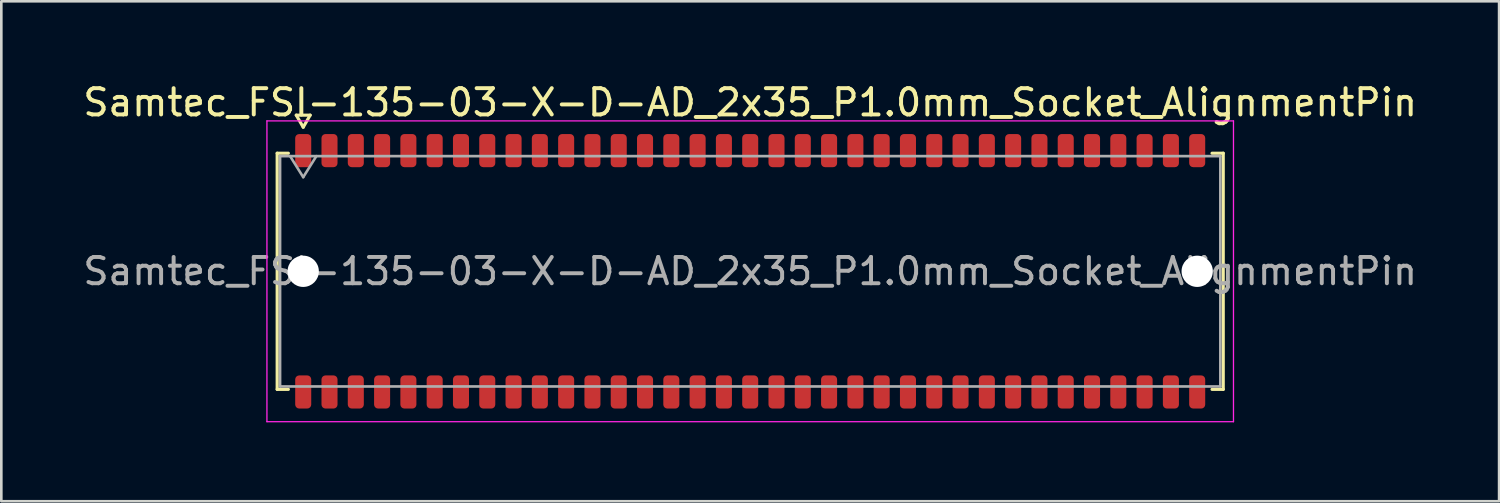
<source format=kicad_pcb>
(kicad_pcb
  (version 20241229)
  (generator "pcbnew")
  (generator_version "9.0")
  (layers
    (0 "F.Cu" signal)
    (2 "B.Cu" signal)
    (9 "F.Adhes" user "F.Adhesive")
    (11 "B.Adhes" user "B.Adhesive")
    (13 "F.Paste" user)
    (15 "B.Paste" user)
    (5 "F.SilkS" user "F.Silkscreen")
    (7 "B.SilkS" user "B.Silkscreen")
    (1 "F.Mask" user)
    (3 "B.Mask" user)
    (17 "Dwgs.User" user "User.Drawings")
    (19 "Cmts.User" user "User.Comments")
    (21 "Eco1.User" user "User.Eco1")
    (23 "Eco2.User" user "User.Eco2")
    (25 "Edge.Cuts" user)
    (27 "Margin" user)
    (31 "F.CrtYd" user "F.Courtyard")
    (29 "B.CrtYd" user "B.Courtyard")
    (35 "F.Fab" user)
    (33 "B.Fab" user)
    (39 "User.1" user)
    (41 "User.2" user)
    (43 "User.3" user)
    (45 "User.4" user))
  (footprint "Samtec_FSI-135-03-X-D-AD_2x35_P1.0mm_Socket_AlignmentPin"
    (layer "F.Cu")
    (at 25.482 7.268)
    (property "Reference" "Samtec_FSI-135-03-X-D-AD_2x35_P1.0mm_Socket_AlignmentPin" (at 0 -6.42 0) (layer "F.SilkS") (effects (font (size 1 1) (thickness 0.15))))
    (attr smd)
    (fp_line (start -17.99 -4.49) (end -17.565 -4.49) (stroke (width 0.12) (type solid)) (layer "F.SilkS"))
    (fp_line (start -17.99 4.49) (end -17.99 -4.49) (stroke (width 0.12) (type solid)) (layer "F.SilkS"))
    (fp_line (start -17.565 4.49) (end -17.99 4.49) (stroke (width 0.12) (type solid)) (layer "F.SilkS"))
    (fp_line (start -17.264 -5.938) (end -17 -5.48) (stroke (width 0.12) (type solid)) (layer "F.SilkS"))
    (fp_line (start -17 -5.48) (end -16.736 -5.938) (stroke (width 0.12) (type solid)) (layer "F.SilkS"))
    (fp_line (start -16.736 -5.938) (end -17.264 -5.938) (stroke (width 0.12) (type solid)) (layer "F.SilkS"))
    (fp_line (start 17.565 -4.49) (end 17.99 -4.49) (stroke (width 0.12) (type solid)) (layer "F.SilkS"))
    (fp_line (start 17.99 -4.49) (end 17.99 4.49) (stroke (width 0.12) (type solid)) (layer "F.SilkS"))
    (fp_line (start 17.99 4.49) (end 17.565 4.49) (stroke (width 0.12) (type solid)) (layer "F.SilkS"))
    (fp_line (start -18.38 -5.72) (end -18.38 5.72) (stroke (width 0.05) (type solid)) (layer "F.CrtYd"))
    (fp_line (start -18.38 5.72) (end 18.38 5.72) (stroke (width 0.05) (type solid)) (layer "F.CrtYd"))
    (fp_line (start 18.38 -5.72) (end -18.38 -5.72) (stroke (width 0.05) (type solid)) (layer "F.CrtYd"))
    (fp_line (start 18.38 5.72) (end 18.38 -5.72) (stroke (width 0.05) (type solid)) (layer "F.CrtYd"))
    (fp_line (start -17.88 -4.38) (end 17.88 -4.38) (stroke (width 0.1) (type solid)) (layer "F.Fab"))
    (fp_line (start -17.88 4.38) (end -17.88 -4.38) (stroke (width 0.1) (type solid)) (layer "F.Fab"))
    (fp_line (start -17.5 -4.38) (end -17 -3.58) (stroke (width 0.1) (type solid)) (layer "F.Fab"))
    (fp_line (start -17 -3.58) (end -16.5 -4.38) (stroke (width 0.1) (type solid)) (layer "F.Fab"))
    (fp_line (start 17.88 -4.38) (end 17.88 4.38) (stroke (width 0.1) (type solid)) (layer "F.Fab"))
    (fp_line (start 17.88 4.38) (end -17.88 4.38) (stroke (width 0.1) (type solid)) (layer "F.Fab"))
    (fp_text user "${REFERENCE}" (at 0 0 0) (layer "F.Fab") (effects (font (size 1 1) (thickness 0.15))))
    (pad "" np_thru_hole circle (at -17 0) (size 1.19 1.19) (drill 1.19) (layers "*.Cu" "*.Mask"))
    (pad "" np_thru_hole circle (at 17 0) (size 1.19 1.19) (drill 1.19) (layers "*.Cu" "*.Mask"))
    (pad "1" smd roundrect (at -17 -4.59) (size 0.61 1.26) (layers "F.Cu" "F.Mask" "F.Paste") (roundrect_rratio 0.25))
    (pad "2" smd roundrect (at -17 4.59) (size 0.61 1.26) (layers "F.Cu" "F.Mask" "F.Paste") (roundrect_rratio 0.25))
    (pad "3" smd roundrect (at -16 -4.59) (size 0.61 1.26) (layers "F.Cu" "F.Mask" "F.Paste") (roundrect_rratio 0.25))
    (pad "4" smd roundrect (at -16 4.59) (size 0.61 1.26) (layers "F.Cu" "F.Mask" "F.Paste") (roundrect_rratio 0.25))
    (pad "5" smd roundrect (at -15 -4.59) (size 0.61 1.26) (layers "F.Cu" "F.Mask" "F.Paste") (roundrect_rratio 0.25))
    (pad "6" smd roundrect (at -15 4.59) (size 0.61 1.26) (layers "F.Cu" "F.Mask" "F.Paste") (roundrect_rratio 0.25))
    (pad "7" smd roundrect (at -14 -4.59) (size 0.61 1.26) (layers "F.Cu" "F.Mask" "F.Paste") (roundrect_rratio 0.25))
    (pad "8" smd roundrect (at -14 4.59) (size 0.61 1.26) (layers "F.Cu" "F.Mask" "F.Paste") (roundrect_rratio 0.25))
    (pad "9" smd roundrect (at -13 -4.59) (size 0.61 1.26) (layers "F.Cu" "F.Mask" "F.Paste") (roundrect_rratio 0.25))
    (pad "10" smd roundrect (at -13 4.59) (size 0.61 1.26) (layers "F.Cu" "F.Mask" "F.Paste") (roundrect_rratio 0.25))
    (pad "11" smd roundrect (at -12 -4.59) (size 0.61 1.26) (layers "F.Cu" "F.Mask" "F.Paste") (roundrect_rratio 0.25))
    (pad "12" smd roundrect (at -12 4.59) (size 0.61 1.26) (layers "F.Cu" "F.Mask" "F.Paste") (roundrect_rratio 0.25))
    (pad "13" smd roundrect (at -11 -4.59) (size 0.61 1.26) (layers "F.Cu" "F.Mask" "F.Paste") (roundrect_rratio 0.25))
    (pad "14" smd roundrect (at -11 4.59) (size 0.61 1.26) (layers "F.Cu" "F.Mask" "F.Paste") (roundrect_rratio 0.25))
    (pad "15" smd roundrect (at -10 -4.59) (size 0.61 1.26) (layers "F.Cu" "F.Mask" "F.Paste") (roundrect_rratio 0.25))
    (pad "16" smd roundrect (at -10 4.59) (size 0.61 1.26) (layers "F.Cu" "F.Mask" "F.Paste") (roundrect_rratio 0.25))
    (pad "17" smd roundrect (at -9 -4.59) (size 0.61 1.26) (layers "F.Cu" "F.Mask" "F.Paste") (roundrect_rratio 0.25))
    (pad "18" smd roundrect (at -9 4.59) (size 0.61 1.26) (layers "F.Cu" "F.Mask" "F.Paste") (roundrect_rratio 0.25))
    (pad "19" smd roundrect (at -8 -4.59) (size 0.61 1.26) (layers "F.Cu" "F.Mask" "F.Paste") (roundrect_rratio 0.25))
    (pad "20" smd roundrect (at -8 4.59) (size 0.61 1.26) (layers "F.Cu" "F.Mask" "F.Paste") (roundrect_rratio 0.25))
    (pad "21" smd roundrect (at -7 -4.59) (size 0.61 1.26) (layers "F.Cu" "F.Mask" "F.Paste") (roundrect_rratio 0.25))
    (pad "22" smd roundrect (at -7 4.59) (size 0.61 1.26) (layers "F.Cu" "F.Mask" "F.Paste") (roundrect_rratio 0.25))
    (pad "23" smd roundrect (at -6 -4.59) (size 0.61 1.26) (layers "F.Cu" "F.Mask" "F.Paste") (roundrect_rratio 0.25))
    (pad "24" smd roundrect (at -6 4.59) (size 0.61 1.26) (layers "F.Cu" "F.Mask" "F.Paste") (roundrect_rratio 0.25))
    (pad "25" smd roundrect (at -5 -4.59) (size 0.61 1.26) (layers "F.Cu" "F.Mask" "F.Paste") (roundrect_rratio 0.25))
    (pad "26" smd roundrect (at -5 4.59) (size 0.61 1.26) (layers "F.Cu" "F.Mask" "F.Paste") (roundrect_rratio 0.25))
    (pad "27" smd roundrect (at -4 -4.59) (size 0.61 1.26) (layers "F.Cu" "F.Mask" "F.Paste") (roundrect_rratio 0.25))
    (pad "28" smd roundrect (at -4 4.59) (size 0.61 1.26) (layers "F.Cu" "F.Mask" "F.Paste") (roundrect_rratio 0.25))
    (pad "29" smd roundrect (at -3 -4.59) (size 0.61 1.26) (layers "F.Cu" "F.Mask" "F.Paste") (roundrect_rratio 0.25))
    (pad "30" smd roundrect (at -3 4.59) (size 0.61 1.26) (layers "F.Cu" "F.Mask" "F.Paste") (roundrect_rratio 0.25))
    (pad "31" smd roundrect (at -2 -4.59) (size 0.61 1.26) (layers "F.Cu" "F.Mask" "F.Paste") (roundrect_rratio 0.25))
    (pad "32" smd roundrect (at -2 4.59) (size 0.61 1.26) (layers "F.Cu" "F.Mask" "F.Paste") (roundrect_rratio 0.25))
    (pad "33" smd roundrect (at -1 -4.59) (size 0.61 1.26) (layers "F.Cu" "F.Mask" "F.Paste") (roundrect_rratio 0.25))
    (pad "34" smd roundrect (at -1 4.59) (size 0.61 1.26) (layers "F.Cu" "F.Mask" "F.Paste") (roundrect_rratio 0.25))
    (pad "35" smd roundrect (at 0 -4.59) (size 0.61 1.26) (layers "F.Cu" "F.Mask" "F.Paste") (roundrect_rratio 0.25))
    (pad "36" smd roundrect (at 0 4.59) (size 0.61 1.26) (layers "F.Cu" "F.Mask" "F.Paste") (roundrect_rratio 0.25))
    (pad "37" smd roundrect (at 1 -4.59) (size 0.61 1.26) (layers "F.Cu" "F.Mask" "F.Paste") (roundrect_rratio 0.25))
    (pad "38" smd roundrect (at 1 4.59) (size 0.61 1.26) (layers "F.Cu" "F.Mask" "F.Paste") (roundrect_rratio 0.25))
    (pad "39" smd roundrect (at 2 -4.59) (size 0.61 1.26) (layers "F.Cu" "F.Mask" "F.Paste") (roundrect_rratio 0.25))
    (pad "40" smd roundrect (at 2 4.59) (size 0.61 1.26) (layers "F.Cu" "F.Mask" "F.Paste") (roundrect_rratio 0.25))
    (pad "41" smd roundrect (at 3 -4.59) (size 0.61 1.26) (layers "F.Cu" "F.Mask" "F.Paste") (roundrect_rratio 0.25))
    (pad "42" smd roundrect (at 3 4.59) (size 0.61 1.26) (layers "F.Cu" "F.Mask" "F.Paste") (roundrect_rratio 0.25))
    (pad "43" smd roundrect (at 4 -4.59) (size 0.61 1.26) (layers "F.Cu" "F.Mask" "F.Paste") (roundrect_rratio 0.25))
    (pad "44" smd roundrect (at 4 4.59) (size 0.61 1.26) (layers "F.Cu" "F.Mask" "F.Paste") (roundrect_rratio 0.25))
    (pad "45" smd roundrect (at 5 -4.59) (size 0.61 1.26) (layers "F.Cu" "F.Mask" "F.Paste") (roundrect_rratio 0.25))
    (pad "46" smd roundrect (at 5 4.59) (size 0.61 1.26) (layers "F.Cu" "F.Mask" "F.Paste") (roundrect_rratio 0.25))
    (pad "47" smd roundrect (at 6 -4.59) (size 0.61 1.26) (layers "F.Cu" "F.Mask" "F.Paste") (roundrect_rratio 0.25))
    (pad "48" smd roundrect (at 6 4.59) (size 0.61 1.26) (layers "F.Cu" "F.Mask" "F.Paste") (roundrect_rratio 0.25))
    (pad "49" smd roundrect (at 7 -4.59) (size 0.61 1.26) (layers "F.Cu" "F.Mask" "F.Paste") (roundrect_rratio 0.25))
    (pad "50" smd roundrect (at 7 4.59) (size 0.61 1.26) (layers "F.Cu" "F.Mask" "F.Paste") (roundrect_rratio 0.25))
    (pad "51" smd roundrect (at 8 -4.59) (size 0.61 1.26) (layers "F.Cu" "F.Mask" "F.Paste") (roundrect_rratio 0.25))
    (pad "52" smd roundrect (at 8 4.59) (size 0.61 1.26) (layers "F.Cu" "F.Mask" "F.Paste") (roundrect_rratio 0.25))
    (pad "53" smd roundrect (at 9 -4.59) (size 0.61 1.26) (layers "F.Cu" "F.Mask" "F.Paste") (roundrect_rratio 0.25))
    (pad "54" smd roundrect (at 9 4.59) (size 0.61 1.26) (layers "F.Cu" "F.Mask" "F.Paste") (roundrect_rratio 0.25))
    (pad "55" smd roundrect (at 10 -4.59) (size 0.61 1.26) (layers "F.Cu" "F.Mask" "F.Paste") (roundrect_rratio 0.25))
    (pad "56" smd roundrect (at 10 4.59) (size 0.61 1.26) (layers "F.Cu" "F.Mask" "F.Paste") (roundrect_rratio 0.25))
    (pad "57" smd roundrect (at 11 -4.59) (size 0.61 1.26) (layers "F.Cu" "F.Mask" "F.Paste") (roundrect_rratio 0.25))
    (pad "58" smd roundrect (at 11 4.59) (size 0.61 1.26) (layers "F.Cu" "F.Mask" "F.Paste") (roundrect_rratio 0.25))
    (pad "59" smd roundrect (at 12 -4.59) (size 0.61 1.26) (layers "F.Cu" "F.Mask" "F.Paste") (roundrect_rratio 0.25))
    (pad "60" smd roundrect (at 12 4.59) (size 0.61 1.26) (layers "F.Cu" "F.Mask" "F.Paste") (roundrect_rratio 0.25))
    (pad "61" smd roundrect (at 13 -4.59) (size 0.61 1.26) (layers "F.Cu" "F.Mask" "F.Paste") (roundrect_rratio 0.25))
    (pad "62" smd roundrect (at 13 4.59) (size 0.61 1.26) (layers "F.Cu" "F.Mask" "F.Paste") (roundrect_rratio 0.25))
    (pad "63" smd roundrect (at 14 -4.59) (size 0.61 1.26) (layers "F.Cu" "F.Mask" "F.Paste") (roundrect_rratio 0.25))
    (pad "64" smd roundrect (at 14 4.59) (size 0.61 1.26) (layers "F.Cu" "F.Mask" "F.Paste") (roundrect_rratio 0.25))
    (pad "65" smd roundrect (at 15 -4.59) (size 0.61 1.26) (layers "F.Cu" "F.Mask" "F.Paste") (roundrect_rratio 0.25))
    (pad "66" smd roundrect (at 15 4.59) (size 0.61 1.26) (layers "F.Cu" "F.Mask" "F.Paste") (roundrect_rratio 0.25))
    (pad "67" smd roundrect (at 16 -4.59) (size 0.61 1.26) (layers "F.Cu" "F.Mask" "F.Paste") (roundrect_rratio 0.25))
    (pad "68" smd roundrect (at 16 4.59) (size 0.61 1.26) (layers "F.Cu" "F.Mask" "F.Paste") (roundrect_rratio 0.25))
    (pad "69" smd roundrect (at 17 -4.59) (size 0.61 1.26) (layers "F.Cu" "F.Mask" "F.Paste") (roundrect_rratio 0.25))
    (pad "70" smd roundrect (at 17 4.59) (size 0.61 1.26) (layers "F.Cu" "F.Mask" "F.Paste") (roundrect_rratio 0.25)))
  (gr_rect
    (start -3 -3)
    (end 53.964 16.013)
    (stroke (width 0.1) (type default))
    (fill no)
    (layer "Edge.Cuts")))
</source>
